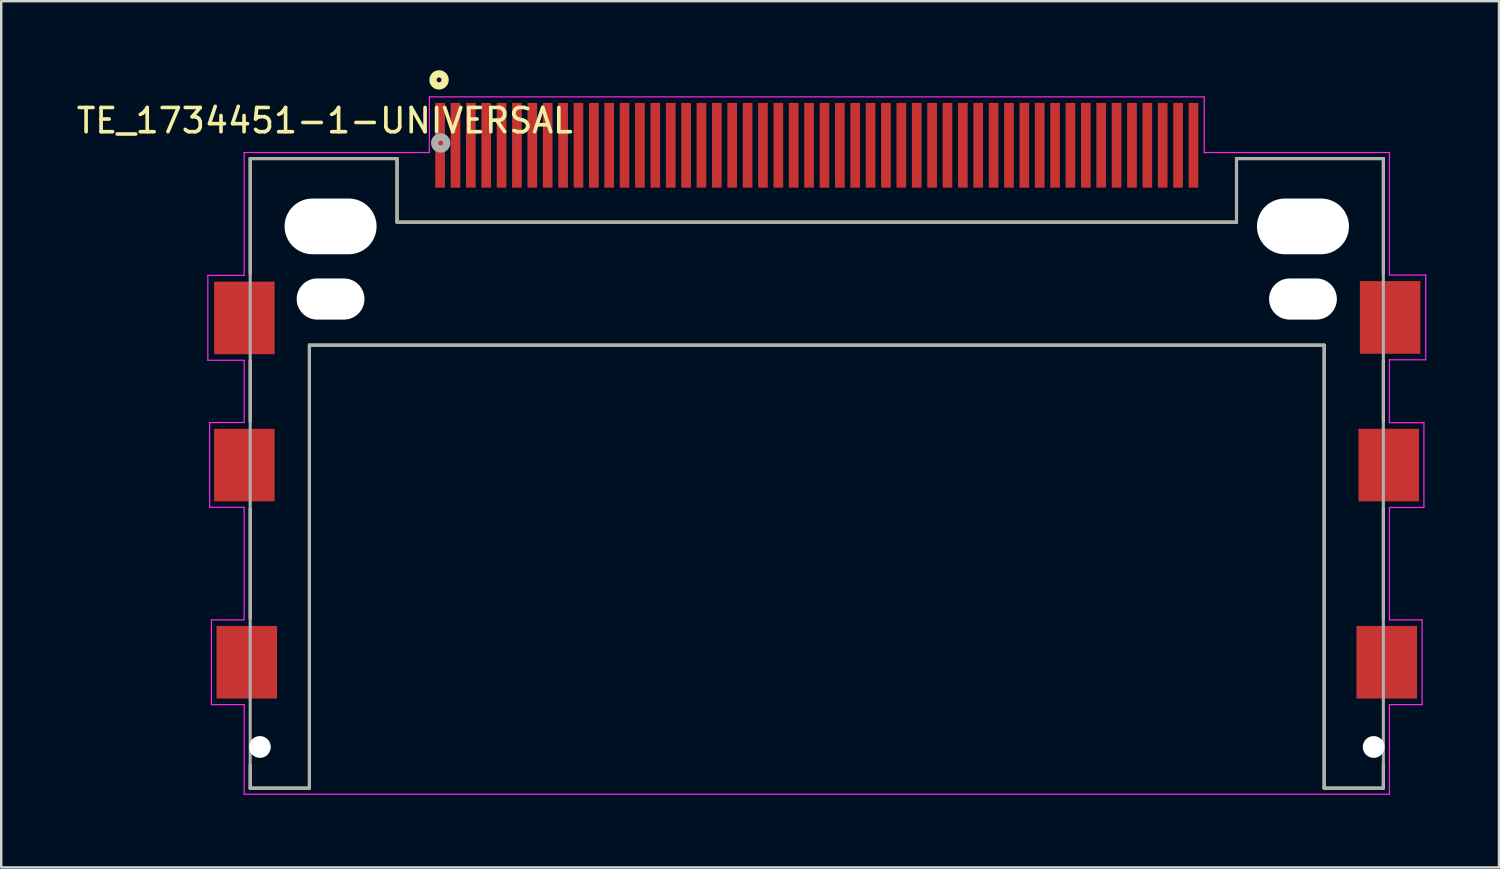
<source format=kicad_pcb>
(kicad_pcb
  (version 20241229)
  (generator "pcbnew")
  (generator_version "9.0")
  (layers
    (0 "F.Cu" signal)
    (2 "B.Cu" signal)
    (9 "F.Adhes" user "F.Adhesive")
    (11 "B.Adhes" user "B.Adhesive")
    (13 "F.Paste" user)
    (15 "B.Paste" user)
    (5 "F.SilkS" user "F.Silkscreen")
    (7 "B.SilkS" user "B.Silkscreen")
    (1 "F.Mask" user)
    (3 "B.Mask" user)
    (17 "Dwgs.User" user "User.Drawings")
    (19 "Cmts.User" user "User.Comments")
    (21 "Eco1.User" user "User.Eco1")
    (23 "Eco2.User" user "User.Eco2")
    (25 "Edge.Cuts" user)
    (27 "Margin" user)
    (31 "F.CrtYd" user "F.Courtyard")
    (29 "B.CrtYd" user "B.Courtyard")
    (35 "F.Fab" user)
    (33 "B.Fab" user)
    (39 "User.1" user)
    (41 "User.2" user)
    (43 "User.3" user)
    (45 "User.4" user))
  (footprint "TE_1734451-1-UNIVERSAL"
    (layer "F.Cu")
    (at 30.683 2.95)
    (property "Reference" "TE_1734451-1-UNIVERSAL" (at -20.32 -1.016 0) (layer "F.SilkS") (effects (font (size 1 1) (thickness 0.15))))
    (fp_line (start -23.4 0.55) (end -23.4 5.3) (stroke (width 0.127) (type solid)) (layer "F.SilkS"))
    (fp_line (start -23.4 0.55) (end -17.335 0.55) (stroke (width 0.127) (type solid)) (layer "F.SilkS"))
    (fp_line (start -23.4 8.9) (end -23.4 11.4) (stroke (width 0.127) (type solid)) (layer "F.SilkS"))
    (fp_line (start -23.4 15) (end -23.4 19.55) (stroke (width 0.127) (type solid)) (layer "F.SilkS"))
    (fp_line (start -23.4 25.6) (end -23.4 26.55) (stroke (width 0.127) (type solid)) (layer "F.SilkS"))
    (fp_line (start -20.955 8.255) (end -20.955 26.55) (stroke (width 0.127) (type solid)) (layer "F.SilkS"))
    (fp_line (start -20.955 26.55) (end -23.4 26.55) (stroke (width 0.127) (type solid)) (layer "F.SilkS"))
    (fp_line (start -17.335 0.55) (end -17.335 3.175) (stroke (width 0.127) (type solid)) (layer "F.SilkS"))
    (fp_line (start -17.335 3.175) (end 17.335 3.175) (stroke (width 0.127) (type solid)) (layer "F.SilkS"))
    (fp_line (start 17.335 0.55) (end 23.4 0.55) (stroke (width 0.127) (type solid)) (layer "F.SilkS"))
    (fp_line (start 17.335 3.175) (end 17.335 0.55) (stroke (width 0.127) (type solid)) (layer "F.SilkS"))
    (fp_line (start 20.955 8.255) (end -20.955 8.255) (stroke (width 0.127) (type solid)) (layer "F.SilkS"))
    (fp_line (start 20.955 26.55) (end 20.955 8.255) (stroke (width 0.127) (type solid)) (layer "F.SilkS"))
    (fp_line (start 23.4 0.55) (end 23.4 5.3) (stroke (width 0.127) (type solid)) (layer "F.SilkS"))
    (fp_line (start 23.4 8.9) (end 23.4 11.4) (stroke (width 0.127) (type solid)) (layer "F.SilkS"))
    (fp_line (start 23.4 15) (end 23.4 19.55) (stroke (width 0.127) (type solid)) (layer "F.SilkS"))
    (fp_line (start 23.4 25.6) (end 23.4 26.55) (stroke (width 0.127) (type solid)) (layer "F.SilkS"))
    (fp_line (start 23.4 26.55) (end 20.955 26.55) (stroke (width 0.127) (type solid)) (layer "F.SilkS"))
    (fp_circle (center -15.6 -2.7) (end -15.5 -2.7) (stroke (width 0.3) (type solid)) (fill no) (layer "F.SilkS"))
    (fp_line (start -25.15 5.375) (end -25.15 8.88) (stroke (width 0.05) (type solid)) (layer "F.CrtYd"))
    (fp_line (start -25.15 8.88) (end -23.65 8.88) (stroke (width 0.05) (type solid)) (layer "F.CrtYd"))
    (fp_line (start -25.075 11.45) (end -25.075 14.95) (stroke (width 0.05) (type solid)) (layer "F.CrtYd"))
    (fp_line (start -25.075 14.95) (end -23.65 14.95) (stroke (width 0.05) (type solid)) (layer "F.CrtYd"))
    (fp_line (start -25 19.6) (end -25 23.1) (stroke (width 0.05) (type solid)) (layer "F.CrtYd"))
    (fp_line (start -25 23.1) (end -23.65 23.1) (stroke (width 0.05) (type solid)) (layer "F.CrtYd"))
    (fp_line (start -23.65 0.3) (end -16 0.3) (stroke (width 0.05) (type solid)) (layer "F.CrtYd"))
    (fp_line (start -23.65 5.375) (end -25.15 5.375) (stroke (width 0.05) (type solid)) (layer "F.CrtYd"))
    (fp_line (start -23.65 5.375) (end -23.65 0.3) (stroke (width 0.05) (type solid)) (layer "F.CrtYd"))
    (fp_line (start -23.65 11.45) (end -25.075 11.45) (stroke (width 0.05) (type solid)) (layer "F.CrtYd"))
    (fp_line (start -23.65 11.45) (end -23.65 8.88) (stroke (width 0.05) (type solid)) (layer "F.CrtYd"))
    (fp_line (start -23.65 19.6) (end -25 19.6) (stroke (width 0.05) (type solid)) (layer "F.CrtYd"))
    (fp_line (start -23.65 19.6) (end -23.65 14.95) (stroke (width 0.05) (type solid)) (layer "F.CrtYd"))
    (fp_line (start -23.65 26.8) (end -23.65 23.1) (stroke (width 0.05) (type solid)) (layer "F.CrtYd"))
    (fp_line (start -16 -2) (end 16 -2) (stroke (width 0.05) (type solid)) (layer "F.CrtYd"))
    (fp_line (start -16 0.3) (end -16 -2) (stroke (width 0.05) (type solid)) (layer "F.CrtYd"))
    (fp_line (start 16 -2) (end 16 0.3) (stroke (width 0.05) (type solid)) (layer "F.CrtYd"))
    (fp_line (start 16 0.3) (end 23.65 0.3) (stroke (width 0.05) (type solid)) (layer "F.CrtYd"))
    (fp_line (start 23.65 0.3) (end 23.65 5.36) (stroke (width 0.05) (type solid)) (layer "F.CrtYd"))
    (fp_line (start 23.65 8.86) (end 25.15 8.86) (stroke (width 0.05) (type solid)) (layer "F.CrtYd"))
    (fp_line (start 23.65 11.458) (end 23.65 8.86) (stroke (width 0.05) (type solid)) (layer "F.CrtYd"))
    (fp_line (start 23.65 14.958) (end 25.075 14.958) (stroke (width 0.05) (type solid)) (layer "F.CrtYd"))
    (fp_line (start 23.65 19.6) (end 23.65 14.958) (stroke (width 0.05) (type solid)) (layer "F.CrtYd"))
    (fp_line (start 23.65 19.6) (end 25 19.6) (stroke (width 0.05) (type solid)) (layer "F.CrtYd"))
    (fp_line (start 23.65 23.1) (end 23.65 26.8) (stroke (width 0.05) (type solid)) (layer "F.CrtYd"))
    (fp_line (start 23.65 26.8) (end -23.65 26.8) (stroke (width 0.05) (type solid)) (layer "F.CrtYd"))
    (fp_line (start 25 19.6) (end 25 23.1) (stroke (width 0.05) (type solid)) (layer "F.CrtYd"))
    (fp_line (start 25 23.1) (end 23.65 23.1) (stroke (width 0.05) (type solid)) (layer "F.CrtYd"))
    (fp_line (start 25.075 11.458) (end 23.65 11.458) (stroke (width 0.05) (type solid)) (layer "F.CrtYd"))
    (fp_line (start 25.075 14.958) (end 25.075 11.458) (stroke (width 0.05) (type solid)) (layer "F.CrtYd"))
    (fp_line (start 25.15 5.36) (end 23.65 5.36) (stroke (width 0.05) (type solid)) (layer "F.CrtYd"))
    (fp_line (start 25.15 8.86) (end 25.15 5.36) (stroke (width 0.05) (type solid)) (layer "F.CrtYd"))
    (fp_line (start -23.4 0.55) (end -17.335 0.55) (stroke (width 0.127) (type solid)) (layer "F.Fab"))
    (fp_line (start -23.4 26.55) (end -23.4 0.55) (stroke (width 0.127) (type solid)) (layer "F.Fab"))
    (fp_line (start -20.955 8.255) (end -20.955 26.55) (stroke (width 0.127) (type solid)) (layer "F.Fab"))
    (fp_line (start -20.955 26.55) (end -23.4 26.55) (stroke (width 0.127) (type solid)) (layer "F.Fab"))
    (fp_line (start -17.335 0.55) (end -17.335 3.175) (stroke (width 0.127) (type solid)) (layer "F.Fab"))
    (fp_line (start -17.335 3.175) (end 17.335 3.175) (stroke (width 0.127) (type solid)) (layer "F.Fab"))
    (fp_line (start 17.335 0.55) (end 23.4 0.55) (stroke (width 0.127) (type solid)) (layer "F.Fab"))
    (fp_line (start 17.335 3.175) (end 17.335 0.55) (stroke (width 0.127) (type solid)) (layer "F.Fab"))
    (fp_line (start 20.955 8.255) (end -20.955 8.255) (stroke (width 0.127) (type solid)) (layer "F.Fab"))
    (fp_line (start 20.955 26.55) (end 20.955 8.255) (stroke (width 0.127) (type solid)) (layer "F.Fab"))
    (fp_line (start 23.4 0.55) (end 23.4 26.55) (stroke (width 0.127) (type solid)) (layer "F.Fab"))
    (fp_line (start 23.4 26.55) (end 20.955 26.55) (stroke (width 0.127) (type solid)) (layer "F.Fab"))
    (fp_circle (center -15.532 -0.094) (end -15.432 -0.094) (stroke (width 0.3) (type solid)) (fill no) (layer "F.Fab"))
    (pad "" np_thru_hole circle (at -23 24.85) (size 0.9 0.9) (drill 0.9) (layers "*.Cu" "*.Mask"))
    (pad "" np_thru_hole oval (at -20.08 3.35) (size 3.8 2.3) (drill oval 3.8 2.3) (layers "*.Cu" "*.Mask"))
    (pad "" np_thru_hole oval (at -20.08 6.35) (size 2.8 1.7) (drill oval 2.8 1.7) (layers "*.Cu" "*.Mask"))
    (pad "" np_thru_hole oval (at 20.08 3.35) (size 3.8 2.3) (drill oval 3.8 2.3) (layers "*.Cu" "*.Mask"))
    (pad "" np_thru_hole oval (at 20.08 6.35) (size 2.8 1.7) (drill oval 2.8 1.7) (layers "*.Cu" "*.Mask"))
    (pad "" np_thru_hole circle (at 23 24.85) (size 0.9 0.9) (drill 0.9) (layers "*.Cu" "*.Mask"))
    (pad "1" smd rect (at -15.557 0) (size 0.4 3.5) (layers "F.Cu" "F.Mask" "F.Paste"))
    (pad "2" smd rect (at -14.287 0) (size 0.4 3.5) (layers "F.Cu" "F.Mask" "F.Paste"))
    (pad "3" smd rect (at -13.018 0) (size 0.4 3.5) (layers "F.Cu" "F.Mask" "F.Paste"))
    (pad "4" smd rect (at -11.748 0) (size 0.4 3.5) (layers "F.Cu" "F.Mask" "F.Paste"))
    (pad "5" smd rect (at -10.477 0) (size 0.4 3.5) (layers "F.Cu" "F.Mask" "F.Paste"))
    (pad "6" smd rect (at -9.207 0) (size 0.4 3.5) (layers "F.Cu" "F.Mask" "F.Paste"))
    (pad "7" smd rect (at -7.938 0) (size 0.4 3.5) (layers "F.Cu" "F.Mask" "F.Paste"))
    (pad "8" smd rect (at -6.668 0) (size 0.4 3.5) (layers "F.Cu" "F.Mask" "F.Paste"))
    (pad "9" smd rect (at -5.397 0) (size 0.4 3.5) (layers "F.Cu" "F.Mask" "F.Paste"))
    (pad "10" smd rect (at -4.128 0) (size 0.4 3.5) (layers "F.Cu" "F.Mask" "F.Paste"))
    (pad "11" smd rect (at -2.857 0) (size 0.4 3.5) (layers "F.Cu" "F.Mask" "F.Paste"))
    (pad "12" smd rect (at -1.587 0) (size 0.4 3.5) (layers "F.Cu" "F.Mask" "F.Paste"))
    (pad "13" smd rect (at -0.318 0) (size 0.4 3.5) (layers "F.Cu" "F.Mask" "F.Paste"))
    (pad "14" smd rect (at 0.953 0) (size 0.4 3.5) (layers "F.Cu" "F.Mask" "F.Paste"))
    (pad "15" smd rect (at 2.223 0) (size 0.4 3.5) (layers "F.Cu" "F.Mask" "F.Paste"))
    (pad "16" smd rect (at 3.493 0) (size 0.4 3.5) (layers "F.Cu" "F.Mask" "F.Paste"))
    (pad "17" smd rect (at 4.763 0) (size 0.4 3.5) (layers "F.Cu" "F.Mask" "F.Paste"))
    (pad "18" smd rect (at 6.032 0) (size 0.4 3.5) (layers "F.Cu" "F.Mask" "F.Paste"))
    (pad "19" smd rect (at 7.303 0) (size 0.4 3.5) (layers "F.Cu" "F.Mask" "F.Paste"))
    (pad "20" smd rect (at 8.572 0) (size 0.4 3.5) (layers "F.Cu" "F.Mask" "F.Paste"))
    (pad "21" smd rect (at 9.842 0) (size 0.4 3.5) (layers "F.Cu" "F.Mask" "F.Paste"))
    (pad "22" smd rect (at 11.113 0) (size 0.4 3.5) (layers "F.Cu" "F.Mask" "F.Paste"))
    (pad "23" smd rect (at 12.383 0) (size 0.4 3.5) (layers "F.Cu" "F.Mask" "F.Paste"))
    (pad "24" smd rect (at 13.652 0) (size 0.4 3.5) (layers "F.Cu" "F.Mask" "F.Paste"))
    (pad "25" smd rect (at 14.922 0) (size 0.4 3.5) (layers "F.Cu" "F.Mask" "F.Paste"))
    (pad "26" smd rect (at -14.922 0) (size 0.4 3.5) (layers "F.Cu" "F.Mask" "F.Paste"))
    (pad "27" smd rect (at -13.652 0) (size 0.4 3.5) (layers "F.Cu" "F.Mask" "F.Paste"))
    (pad "28" smd rect (at -12.383 0) (size 0.4 3.5) (layers "F.Cu" "F.Mask" "F.Paste"))
    (pad "29" smd rect (at -11.113 0) (size 0.4 3.5) (layers "F.Cu" "F.Mask" "F.Paste"))
    (pad "30" smd rect (at -9.842 0) (size 0.4 3.5) (layers "F.Cu" "F.Mask" "F.Paste"))
    (pad "31" smd rect (at -8.572 0) (size 0.4 3.5) (layers "F.Cu" "F.Mask" "F.Paste"))
    (pad "32" smd rect (at -7.303 0) (size 0.4 3.5) (layers "F.Cu" "F.Mask" "F.Paste"))
    (pad "33" smd rect (at -6.032 0) (size 0.4 3.5) (layers "F.Cu" "F.Mask" "F.Paste"))
    (pad "34" smd rect (at -4.763 0) (size 0.4 3.5) (layers "F.Cu" "F.Mask" "F.Paste"))
    (pad "35" smd rect (at -3.493 0) (size 0.4 3.5) (layers "F.Cu" "F.Mask" "F.Paste"))
    (pad "36" smd rect (at -2.223 0) (size 0.4 3.5) (layers "F.Cu" "F.Mask" "F.Paste"))
    (pad "37" smd rect (at -0.953 0) (size 0.4 3.5) (layers "F.Cu" "F.Mask" "F.Paste"))
    (pad "38" smd rect (at 0.318 0) (size 0.4 3.5) (layers "F.Cu" "F.Mask" "F.Paste"))
    (pad "39" smd rect (at 1.587 0) (size 0.4 3.5) (layers "F.Cu" "F.Mask" "F.Paste"))
    (pad "40" smd rect (at 2.857 0) (size 0.4 3.5) (layers "F.Cu" "F.Mask" "F.Paste"))
    (pad "41" smd rect (at 4.128 0) (size 0.4 3.5) (layers "F.Cu" "F.Mask" "F.Paste"))
    (pad "42" smd rect (at 5.397 0) (size 0.4 3.5) (layers "F.Cu" "F.Mask" "F.Paste"))
    (pad "43" smd rect (at 6.668 0) (size 0.4 3.5) (layers "F.Cu" "F.Mask" "F.Paste"))
    (pad "44" smd rect (at 7.938 0) (size 0.4 3.5) (layers "F.Cu" "F.Mask" "F.Paste"))
    (pad "45" smd rect (at 9.207 0) (size 0.4 3.5) (layers "F.Cu" "F.Mask" "F.Paste"))
    (pad "46" smd rect (at 10.477 0) (size 0.4 3.5) (layers "F.Cu" "F.Mask" "F.Paste"))
    (pad "47" smd rect (at 11.748 0) (size 0.4 3.5) (layers "F.Cu" "F.Mask" "F.Paste"))
    (pad "48" smd rect (at 13.018 0) (size 0.4 3.5) (layers "F.Cu" "F.Mask" "F.Paste"))
    (pad "49" smd rect (at 14.287 0) (size 0.4 3.5) (layers "F.Cu" "F.Mask" "F.Paste"))
    (pad "50" smd rect (at 15.557 0) (size 0.4 3.5) (layers "F.Cu" "F.Mask" "F.Paste"))
    (pad "S1" smd rect (at -23.64 7.13) (size 2.5 3) (layers "F.Cu" "F.Mask" "F.Paste"))
    (pad "S1" smd rect (at -23.64 13.208) (size 2.5 3) (layers "F.Cu" "F.Mask" "F.Paste"))
    (pad "S1" smd rect (at -23.54 21.35) (size 2.5 3) (layers "F.Cu" "F.Mask" "F.Paste"))
    (pad "S2" smd rect (at 23.54 21.35) (size 2.5 3) (layers "F.Cu" "F.Mask" "F.Paste"))
    (pad "S2" smd rect (at 23.622 13.208) (size 2.5 3) (layers "F.Cu" "F.Mask" "F.Paste"))
    (pad "S2" smd rect (at 23.68 7.11) (size 2.5 3) (layers "F.Cu" "F.Mask" "F.Paste")))
  (gr_rect
    (start -3 -3)
    (end 58.858 32.775)
    (stroke (width 0.1) (type default))
    (fill no)
    (layer "Edge.Cuts")))
</source>
